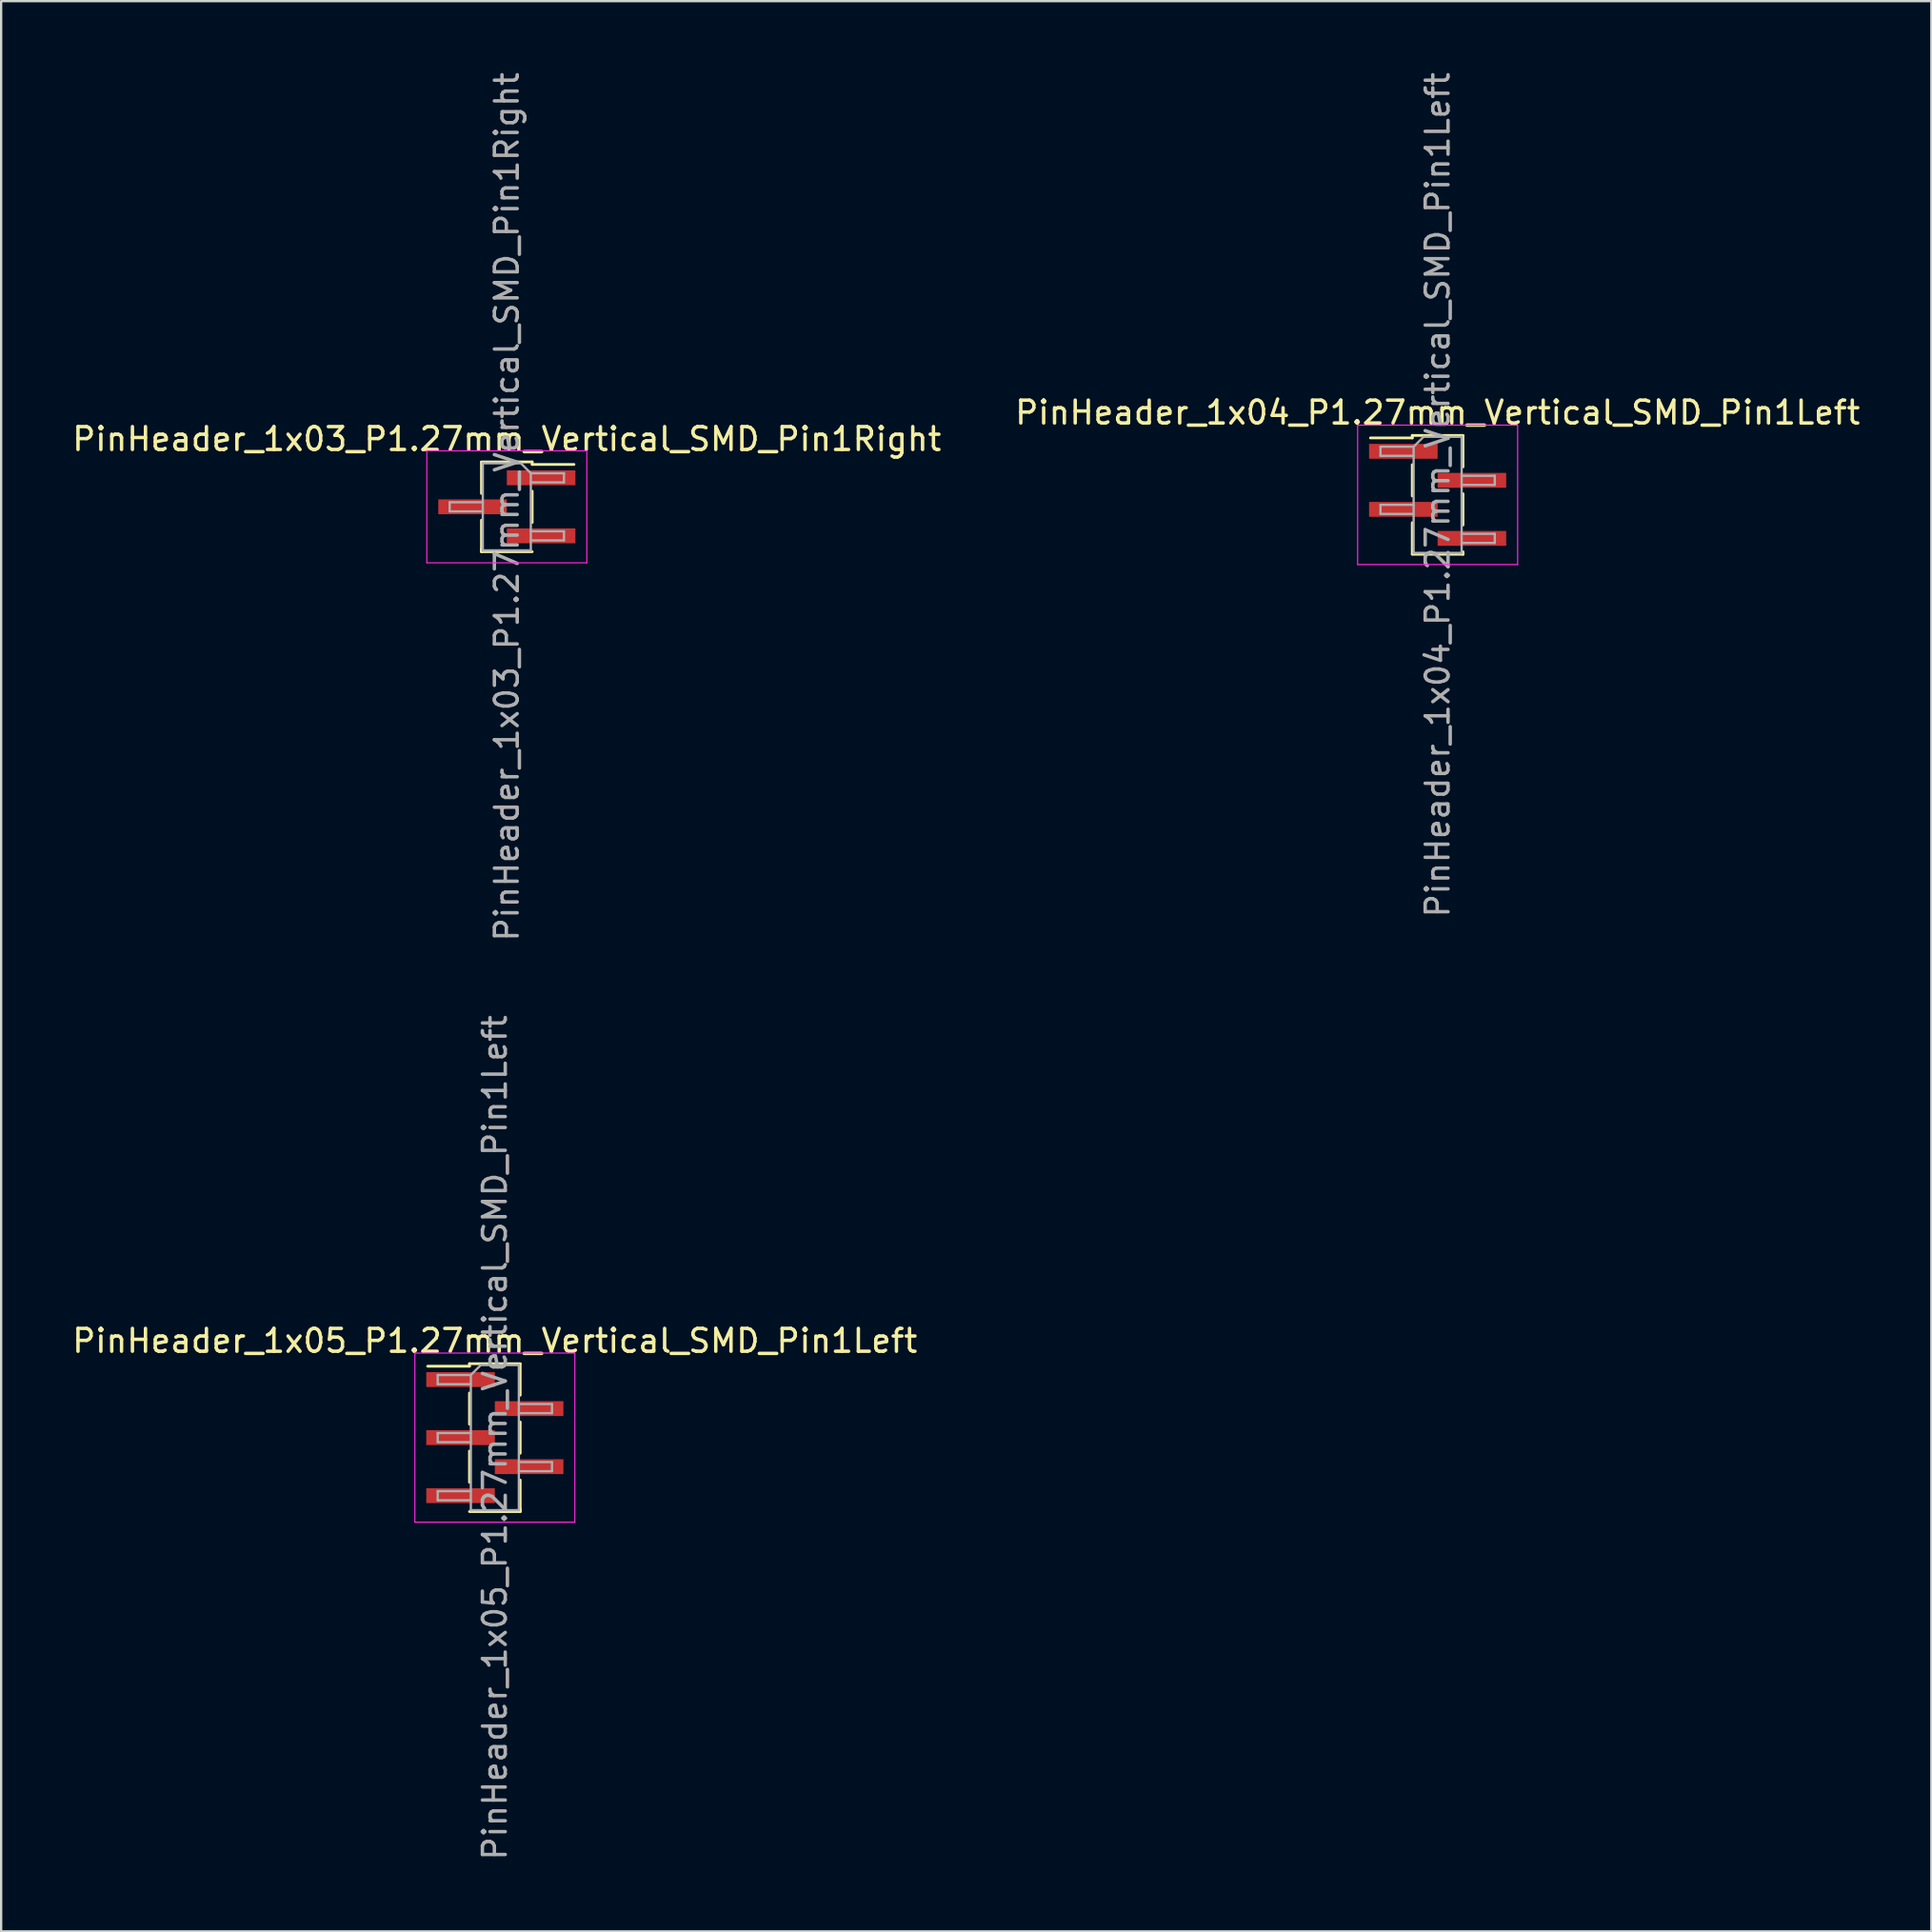
<source format=kicad_pcb>
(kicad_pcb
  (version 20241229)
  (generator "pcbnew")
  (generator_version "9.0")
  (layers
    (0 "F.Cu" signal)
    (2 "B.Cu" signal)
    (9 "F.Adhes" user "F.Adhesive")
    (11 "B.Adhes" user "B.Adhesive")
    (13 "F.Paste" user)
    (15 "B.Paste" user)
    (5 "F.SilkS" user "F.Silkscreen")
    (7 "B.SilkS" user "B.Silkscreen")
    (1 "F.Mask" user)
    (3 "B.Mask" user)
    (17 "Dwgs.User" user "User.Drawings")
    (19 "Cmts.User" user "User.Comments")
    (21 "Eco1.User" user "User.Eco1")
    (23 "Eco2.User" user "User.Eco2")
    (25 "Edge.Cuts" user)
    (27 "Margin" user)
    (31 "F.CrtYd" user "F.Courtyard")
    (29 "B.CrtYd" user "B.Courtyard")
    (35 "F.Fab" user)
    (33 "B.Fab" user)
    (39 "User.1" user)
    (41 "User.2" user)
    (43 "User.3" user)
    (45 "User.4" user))
  (footprint "PinHeader_1x03_P1.27mm_Vertical_SMD_Pin1Right"
    (layer "F.Cu")
    (at 19.125 19.125)
    (property "Reference" "PinHeader_1x03_P1.27mm_Vertical_SMD_Pin1Right" (at 0 -2.965 0) (layer "F.SilkS") (effects (font (size 1 1) (thickness 0.15))))
    (attr smd)
    (fp_line (start -1.11 -1.965) (end 1.11 -1.965) (stroke (width 0.12) (type solid)) (layer "F.SilkS"))
    (fp_line (start -1.11 -1.955) (end -1.11 -0.585) (stroke (width 0.12) (type solid)) (layer "F.SilkS"))
    (fp_line (start -1.11 0.585) (end -1.11 1.955) (stroke (width 0.12) (type solid)) (layer "F.SilkS"))
    (fp_line (start -1.11 1.855) (end -1.11 1.965) (stroke (width 0.12) (type solid)) (layer "F.SilkS"))
    (fp_line (start -1.11 1.965) (end 1.11 1.965) (stroke (width 0.12) (type solid)) (layer "F.SilkS"))
    (fp_line (start 1.11 -1.965) (end 1.11 -1.855) (stroke (width 0.12) (type solid)) (layer "F.SilkS"))
    (fp_line (start 1.11 -1.855) (end 2.94 -1.855) (stroke (width 0.12) (type solid)) (layer "F.SilkS"))
    (fp_line (start 1.11 -0.685) (end 1.11 0.685) (stroke (width 0.12) (type solid)) (layer "F.SilkS"))
    (fp_line (start -3.5 -2.45) (end -3.5 2.45) (stroke (width 0.05) (type solid)) (layer "F.CrtYd"))
    (fp_line (start -3.5 2.45) (end 3.5 2.45) (stroke (width 0.05) (type solid)) (layer "F.CrtYd"))
    (fp_line (start 3.5 -2.45) (end -3.5 -2.45) (stroke (width 0.05) (type solid)) (layer "F.CrtYd"))
    (fp_line (start 3.5 2.45) (end 3.5 -2.45) (stroke (width 0.05) (type solid)) (layer "F.CrtYd"))
    (fp_line (start -2.5 -0.2) (end -2.5 0.2) (stroke (width 0.1) (type solid)) (layer "F.Fab"))
    (fp_line (start -2.5 0.2) (end -1.05 0.2) (stroke (width 0.1) (type solid)) (layer "F.Fab"))
    (fp_line (start -1.05 -1.905) (end -1.05 1.905) (stroke (width 0.1) (type solid)) (layer "F.Fab"))
    (fp_line (start -1.05 -1.905) (end 0.615 -1.905) (stroke (width 0.1) (type solid)) (layer "F.Fab"))
    (fp_line (start -1.05 -0.2) (end -2.5 -0.2) (stroke (width 0.1) (type solid)) (layer "F.Fab"))
    (fp_line (start 1.05 -1.47) (end 0.615 -1.905) (stroke (width 0.1) (type solid)) (layer "F.Fab"))
    (fp_line (start 1.05 -1.47) (end 2.5 -1.47) (stroke (width 0.1) (type solid)) (layer "F.Fab"))
    (fp_line (start 1.05 1.07) (end 2.5 1.07) (stroke (width 0.1) (type solid)) (layer "F.Fab"))
    (fp_line (start 1.05 1.905) (end -1.05 1.905) (stroke (width 0.1) (type solid)) (layer "F.Fab"))
    (fp_line (start 1.05 1.905) (end 1.05 -1.47) (stroke (width 0.1) (type solid)) (layer "F.Fab"))
    (fp_line (start 2.5 -1.47) (end 2.5 -1.07) (stroke (width 0.1) (type solid)) (layer "F.Fab"))
    (fp_line (start 2.5 -1.07) (end 1.05 -1.07) (stroke (width 0.1) (type solid)) (layer "F.Fab"))
    (fp_line (start 2.5 1.07) (end 2.5 1.47) (stroke (width 0.1) (type solid)) (layer "F.Fab"))
    (fp_line (start 2.5 1.47) (end 1.05 1.47) (stroke (width 0.1) (type solid)) (layer "F.Fab"))
    (fp_text user "${REFERENCE}" (at 0 0 90) (layer "F.Fab") (effects (font (size 1 1) (thickness 0.15))))
    (pad "1" smd rect (at 1.5 -1.27) (size 3 0.65) (layers "F.Cu" "F.Mask" "F.Paste"))
    (pad "2" smd rect (at -1.5 0) (size 3 0.65) (layers "F.Cu" "F.Mask" "F.Paste"))
    (pad "3" smd rect (at 1.5 1.27) (size 3 0.65) (layers "F.Cu" "F.Mask" "F.Paste")))
  (footprint "PinHeader_1x04_P1.27mm_Vertical_SMD_Pin1Left"
    (layer "F.Cu")
    (at 59.851 18.601)
    (property "Reference" "PinHeader_1x04_P1.27mm_Vertical_SMD_Pin1Left" (at 0 -3.6 0) (layer "F.SilkS") (effects (font (size 1 1) (thickness 0.15))))
    (attr smd)
    (fp_line (start -1.11 -2.6) (end -1.11 -2.49) (stroke (width 0.12) (type solid)) (layer "F.SilkS"))
    (fp_line (start -1.11 -2.6) (end 1.11 -2.6) (stroke (width 0.12) (type solid)) (layer "F.SilkS"))
    (fp_line (start -1.11 -2.49) (end -2.94 -2.49) (stroke (width 0.12) (type solid)) (layer "F.SilkS"))
    (fp_line (start -1.11 -1.32) (end -1.11 0.05) (stroke (width 0.12) (type solid)) (layer "F.SilkS"))
    (fp_line (start -1.11 1.22) (end -1.11 2.59) (stroke (width 0.12) (type solid)) (layer "F.SilkS"))
    (fp_line (start -1.11 2.6) (end 1.11 2.6) (stroke (width 0.12) (type solid)) (layer "F.SilkS"))
    (fp_line (start 1.11 -2.59) (end 1.11 -1.22) (stroke (width 0.12) (type solid)) (layer "F.SilkS"))
    (fp_line (start 1.11 -0.05) (end 1.11 1.32) (stroke (width 0.12) (type solid)) (layer "F.SilkS"))
    (fp_line (start 1.11 2.49) (end 1.11 2.6) (stroke (width 0.12) (type solid)) (layer "F.SilkS"))
    (fp_line (start -3.5 -3.05) (end -3.5 3.05) (stroke (width 0.05) (type solid)) (layer "F.CrtYd"))
    (fp_line (start -3.5 3.05) (end 3.5 3.05) (stroke (width 0.05) (type solid)) (layer "F.CrtYd"))
    (fp_line (start 3.5 -3.05) (end -3.5 -3.05) (stroke (width 0.05) (type solid)) (layer "F.CrtYd"))
    (fp_line (start 3.5 3.05) (end 3.5 -3.05) (stroke (width 0.05) (type solid)) (layer "F.CrtYd"))
    (fp_line (start -2.5 -2.105) (end -2.5 -1.705) (stroke (width 0.1) (type solid)) (layer "F.Fab"))
    (fp_line (start -2.5 -1.705) (end -1.05 -1.705) (stroke (width 0.1) (type solid)) (layer "F.Fab"))
    (fp_line (start -2.5 0.435) (end -2.5 0.835) (stroke (width 0.1) (type solid)) (layer "F.Fab"))
    (fp_line (start -2.5 0.835) (end -1.05 0.835) (stroke (width 0.1) (type solid)) (layer "F.Fab"))
    (fp_line (start -1.05 -2.105) (end -2.5 -2.105) (stroke (width 0.1) (type solid)) (layer "F.Fab"))
    (fp_line (start -1.05 -2.105) (end -0.615 -2.54) (stroke (width 0.1) (type solid)) (layer "F.Fab"))
    (fp_line (start -1.05 0.435) (end -2.5 0.435) (stroke (width 0.1) (type solid)) (layer "F.Fab"))
    (fp_line (start -1.05 2.54) (end -1.05 -2.105) (stroke (width 0.1) (type solid)) (layer "F.Fab"))
    (fp_line (start -0.615 -2.54) (end 1.05 -2.54) (stroke (width 0.1) (type solid)) (layer "F.Fab"))
    (fp_line (start 1.05 -2.54) (end 1.05 2.54) (stroke (width 0.1) (type solid)) (layer "F.Fab"))
    (fp_line (start 1.05 -0.835) (end 2.5 -0.835) (stroke (width 0.1) (type solid)) (layer "F.Fab"))
    (fp_line (start 1.05 1.705) (end 2.5 1.705) (stroke (width 0.1) (type solid)) (layer "F.Fab"))
    (fp_line (start 1.05 2.54) (end -1.05 2.54) (stroke (width 0.1) (type solid)) (layer "F.Fab"))
    (fp_line (start 2.5 -0.835) (end 2.5 -0.435) (stroke (width 0.1) (type solid)) (layer "F.Fab"))
    (fp_line (start 2.5 -0.435) (end 1.05 -0.435) (stroke (width 0.1) (type solid)) (layer "F.Fab"))
    (fp_line (start 2.5 1.705) (end 2.5 2.105) (stroke (width 0.1) (type solid)) (layer "F.Fab"))
    (fp_line (start 2.5 2.105) (end 1.05 2.105) (stroke (width 0.1) (type solid)) (layer "F.Fab"))
    (fp_text user "${REFERENCE}" (at 0 0 90) (layer "F.Fab") (effects (font (size 1 1) (thickness 0.15))))
    (pad "1" smd rect (at -1.5 -1.905) (size 3 0.65) (layers "F.Cu" "F.Mask" "F.Paste"))
    (pad "2" smd rect (at 1.5 -0.635) (size 3 0.65) (layers "F.Cu" "F.Mask" "F.Paste"))
    (pad "3" smd rect (at -1.5 0.635) (size 3 0.65) (layers "F.Cu" "F.Mask" "F.Paste"))
    (pad "4" smd rect (at 1.5 1.905) (size 3 0.65) (layers "F.Cu" "F.Mask" "F.Paste")))
  (footprint "PinHeader_1x05_P1.27mm_Vertical_SMD_Pin1Left"
    (layer "F.Cu")
    (at 18.601 59.851)
    (property "Reference" "PinHeader_1x05_P1.27mm_Vertical_SMD_Pin1Left" (at 0 -4.235 0) (layer "F.SilkS") (effects (font (size 1 1) (thickness 0.15))))
    (attr smd)
    (fp_line (start -1.11 -3.235) (end -1.11 -3.125) (stroke (width 0.12) (type solid)) (layer "F.SilkS"))
    (fp_line (start -1.11 -3.235) (end 1.11 -3.235) (stroke (width 0.12) (type solid)) (layer "F.SilkS"))
    (fp_line (start -1.11 -3.125) (end -2.94 -3.125) (stroke (width 0.12) (type solid)) (layer "F.SilkS"))
    (fp_line (start -1.11 -1.955) (end -1.11 -0.585) (stroke (width 0.12) (type solid)) (layer "F.SilkS"))
    (fp_line (start -1.11 0.585) (end -1.11 1.955) (stroke (width 0.12) (type solid)) (layer "F.SilkS"))
    (fp_line (start -1.11 3.235) (end 1.11 3.235) (stroke (width 0.12) (type solid)) (layer "F.SilkS"))
    (fp_line (start 1.11 -3.225) (end 1.11 -1.855) (stroke (width 0.12) (type solid)) (layer "F.SilkS"))
    (fp_line (start 1.11 -0.685) (end 1.11 0.685) (stroke (width 0.12) (type solid)) (layer "F.SilkS"))
    (fp_line (start 1.11 1.855) (end 1.11 3.225) (stroke (width 0.12) (type solid)) (layer "F.SilkS"))
    (fp_line (start 1.11 3.125) (end 1.11 3.235) (stroke (width 0.12) (type solid)) (layer "F.SilkS"))
    (fp_line (start -3.5 -3.7) (end -3.5 3.7) (stroke (width 0.05) (type solid)) (layer "F.CrtYd"))
    (fp_line (start -3.5 3.7) (end 3.5 3.7) (stroke (width 0.05) (type solid)) (layer "F.CrtYd"))
    (fp_line (start 3.5 -3.7) (end -3.5 -3.7) (stroke (width 0.05) (type solid)) (layer "F.CrtYd"))
    (fp_line (start 3.5 3.7) (end 3.5 -3.7) (stroke (width 0.05) (type solid)) (layer "F.CrtYd"))
    (fp_line (start -2.5 -2.74) (end -2.5 -2.34) (stroke (width 0.1) (type solid)) (layer "F.Fab"))
    (fp_line (start -2.5 -2.34) (end -1.05 -2.34) (stroke (width 0.1) (type solid)) (layer "F.Fab"))
    (fp_line (start -2.5 -0.2) (end -2.5 0.2) (stroke (width 0.1) (type solid)) (layer "F.Fab"))
    (fp_line (start -2.5 0.2) (end -1.05 0.2) (stroke (width 0.1) (type solid)) (layer "F.Fab"))
    (fp_line (start -2.5 2.34) (end -2.5 2.74) (stroke (width 0.1) (type solid)) (layer "F.Fab"))
    (fp_line (start -2.5 2.74) (end -1.05 2.74) (stroke (width 0.1) (type solid)) (layer "F.Fab"))
    (fp_line (start -1.05 -2.74) (end -2.5 -2.74) (stroke (width 0.1) (type solid)) (layer "F.Fab"))
    (fp_line (start -1.05 -2.74) (end -0.615 -3.175) (stroke (width 0.1) (type solid)) (layer "F.Fab"))
    (fp_line (start -1.05 -0.2) (end -2.5 -0.2) (stroke (width 0.1) (type solid)) (layer "F.Fab"))
    (fp_line (start -1.05 2.34) (end -2.5 2.34) (stroke (width 0.1) (type solid)) (layer "F.Fab"))
    (fp_line (start -1.05 3.175) (end -1.05 -2.74) (stroke (width 0.1) (type solid)) (layer "F.Fab"))
    (fp_line (start -0.615 -3.175) (end 1.05 -3.175) (stroke (width 0.1) (type solid)) (layer "F.Fab"))
    (fp_line (start 1.05 -3.175) (end 1.05 3.175) (stroke (width 0.1) (type solid)) (layer "F.Fab"))
    (fp_line (start 1.05 -1.47) (end 2.5 -1.47) (stroke (width 0.1) (type solid)) (layer "F.Fab"))
    (fp_line (start 1.05 1.07) (end 2.5 1.07) (stroke (width 0.1) (type solid)) (layer "F.Fab"))
    (fp_line (start 1.05 3.175) (end -1.05 3.175) (stroke (width 0.1) (type solid)) (layer "F.Fab"))
    (fp_line (start 2.5 -1.47) (end 2.5 -1.07) (stroke (width 0.1) (type solid)) (layer "F.Fab"))
    (fp_line (start 2.5 -1.07) (end 1.05 -1.07) (stroke (width 0.1) (type solid)) (layer "F.Fab"))
    (fp_line (start 2.5 1.07) (end 2.5 1.47) (stroke (width 0.1) (type solid)) (layer "F.Fab"))
    (fp_line (start 2.5 1.47) (end 1.05 1.47) (stroke (width 0.1) (type solid)) (layer "F.Fab"))
    (fp_text user "${REFERENCE}" (at 0 0 90) (layer "F.Fab") (effects (font (size 1 1) (thickness 0.15))))
    (pad "1" smd rect (at -1.5 -2.54) (size 3 0.65) (layers "F.Cu" "F.Mask" "F.Paste"))
    (pad "2" smd rect (at 1.5 -1.27) (size 3 0.65) (layers "F.Cu" "F.Mask" "F.Paste"))
    (pad "3" smd rect (at -1.5 0) (size 3 0.65) (layers "F.Cu" "F.Mask" "F.Paste"))
    (pad "4" smd rect (at 1.5 1.27) (size 3 0.65) (layers "F.Cu" "F.Mask" "F.Paste"))
    (pad "5" smd rect (at -1.5 2.54) (size 3 0.65) (layers "F.Cu" "F.Mask" "F.Paste")))
  (gr_rect
    (start -3 -3)
    (end 81.452 81.452)
    (stroke (width 0.1) (type default))
    (fill no)
    (layer "Edge.Cuts")))
</source>
